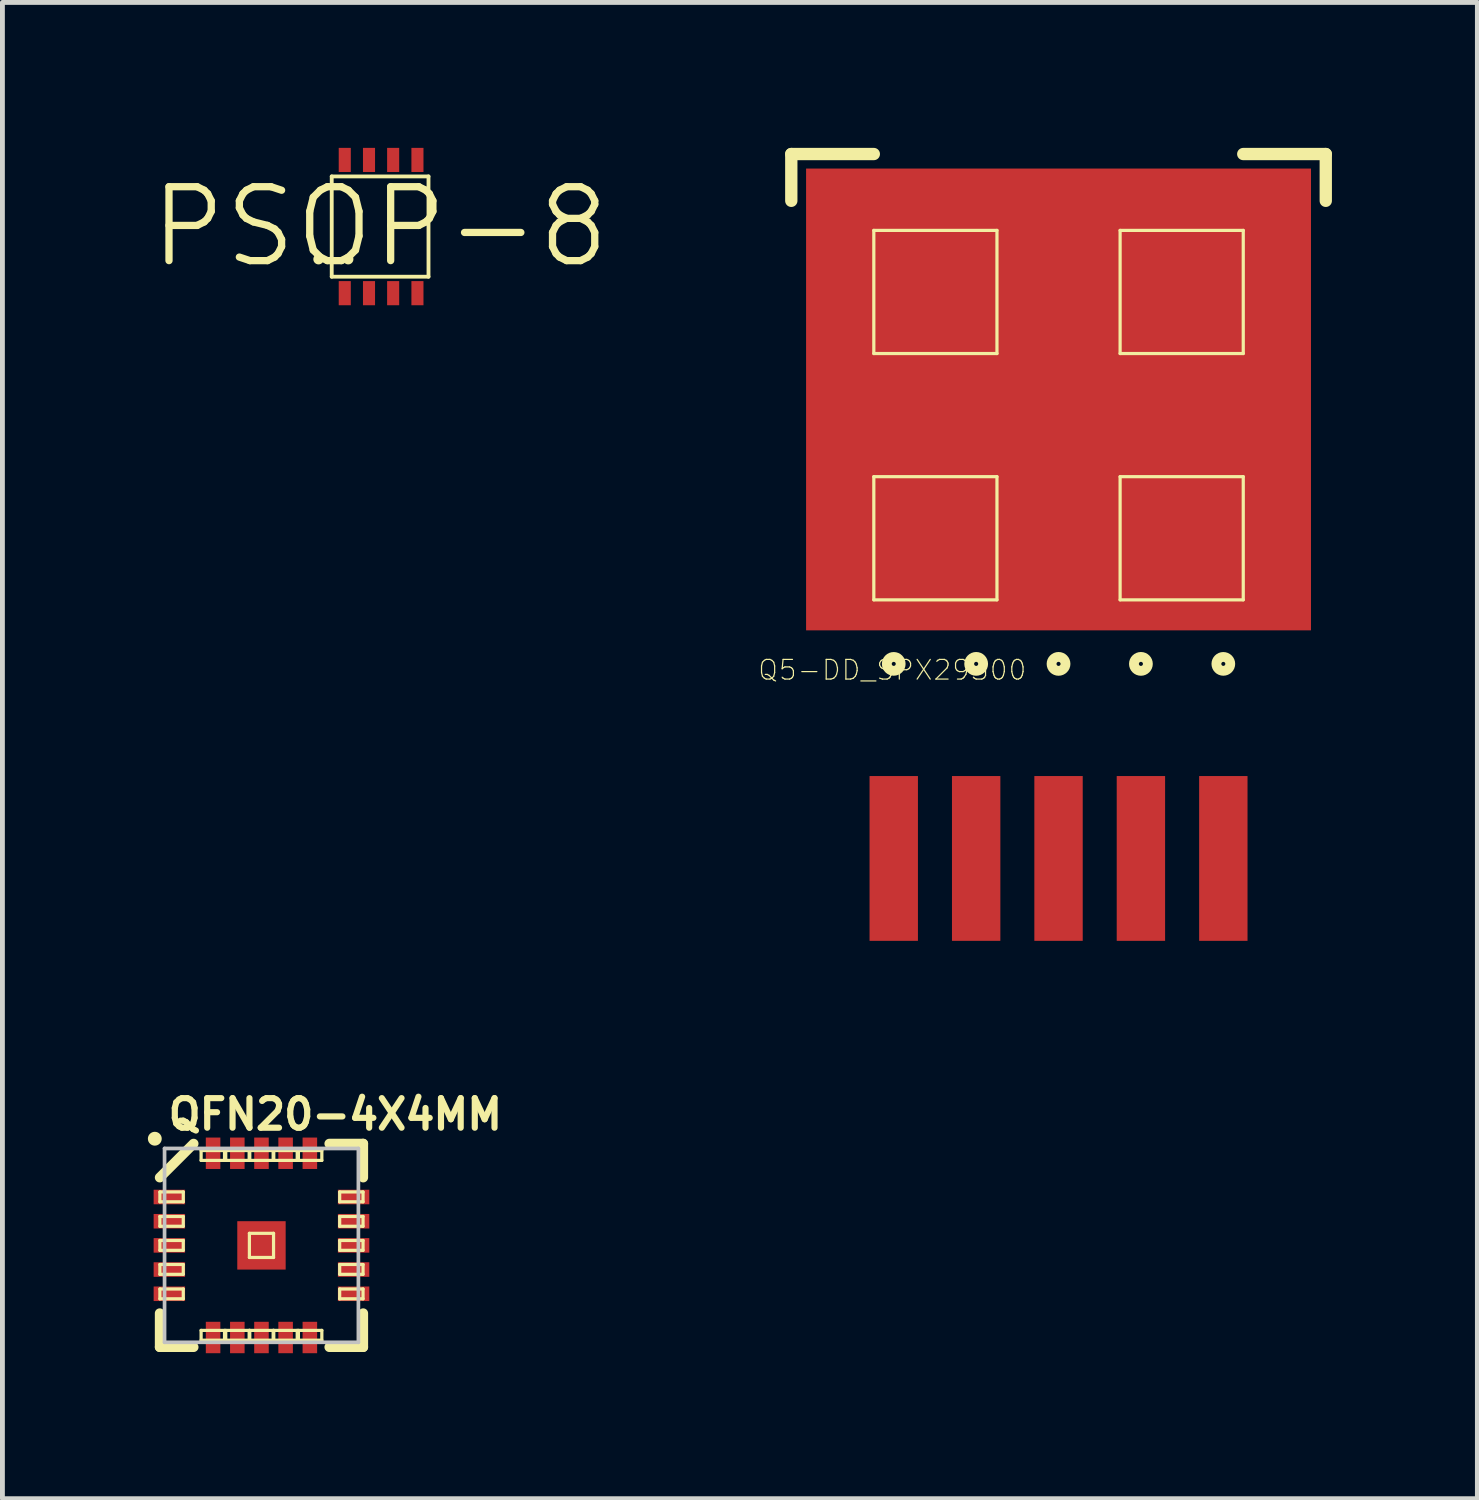
<source format=kicad_pcb>
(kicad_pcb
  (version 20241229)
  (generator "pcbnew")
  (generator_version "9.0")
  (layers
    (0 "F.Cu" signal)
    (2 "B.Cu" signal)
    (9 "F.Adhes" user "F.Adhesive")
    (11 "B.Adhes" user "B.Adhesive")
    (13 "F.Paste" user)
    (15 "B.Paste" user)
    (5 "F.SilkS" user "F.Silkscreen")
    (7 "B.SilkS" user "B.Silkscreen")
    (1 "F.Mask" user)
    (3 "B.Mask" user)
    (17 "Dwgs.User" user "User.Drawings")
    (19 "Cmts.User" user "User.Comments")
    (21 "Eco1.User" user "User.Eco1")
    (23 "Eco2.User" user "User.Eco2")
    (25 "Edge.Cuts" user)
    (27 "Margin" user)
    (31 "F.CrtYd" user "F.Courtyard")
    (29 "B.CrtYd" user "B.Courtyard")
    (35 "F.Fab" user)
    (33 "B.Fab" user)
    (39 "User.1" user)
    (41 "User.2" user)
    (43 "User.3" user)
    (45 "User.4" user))
  (footprint "Q5-DD_SPX29300"
    (layer "F.Cu")
    (at 18.783 6.782)
    (property "Reference" "Q5-DD_SPX29300" (at -3.429 3.988 0) (layer "F.SilkS") (effects (font (size 0.406 0.406) (thickness 0.025))))
    (attr smd)
    (fp_line (start -5.512 -6.655) (end -3.81 -6.655) (stroke (width 0.254) (type solid)) (layer "F.SilkS"))
    (fp_line (start -5.512 -5.69) (end -5.512 -6.655) (stroke (width 0.254) (type solid)) (layer "F.SilkS"))
    (fp_line (start -3.81 -5.08) (end -1.27 -5.08) (stroke (width 0.066) (type solid)) (layer "F.SilkS"))
    (fp_line (start -3.81 -2.54) (end -3.81 -5.08) (stroke (width 0.066) (type solid)) (layer "F.SilkS"))
    (fp_line (start -3.81 -2.54) (end -1.27 -2.54) (stroke (width 0.066) (type solid)) (layer "F.SilkS"))
    (fp_line (start -3.81 0) (end -1.27 0) (stroke (width 0.066) (type solid)) (layer "F.SilkS"))
    (fp_line (start -3.81 2.54) (end -3.81 0) (stroke (width 0.066) (type solid)) (layer "F.SilkS"))
    (fp_line (start -3.81 2.54) (end -1.27 2.54) (stroke (width 0.066) (type solid)) (layer "F.SilkS"))
    (fp_line (start -1.27 -2.54) (end -1.27 -5.08) (stroke (width 0.066) (type solid)) (layer "F.SilkS"))
    (fp_line (start -1.27 2.54) (end -1.27 0) (stroke (width 0.066) (type solid)) (layer "F.SilkS"))
    (fp_line (start 1.27 -5.08) (end 3.81 -5.08) (stroke (width 0.066) (type solid)) (layer "F.SilkS"))
    (fp_line (start 1.27 -2.54) (end 1.27 -5.08) (stroke (width 0.066) (type solid)) (layer "F.SilkS"))
    (fp_line (start 1.27 -2.54) (end 3.81 -2.54) (stroke (width 0.066) (type solid)) (layer "F.SilkS"))
    (fp_line (start 1.27 0) (end 3.81 0) (stroke (width 0.066) (type solid)) (layer "F.SilkS"))
    (fp_line (start 1.27 2.54) (end 1.27 0) (stroke (width 0.066) (type solid)) (layer "F.SilkS"))
    (fp_line (start 1.27 2.54) (end 3.81 2.54) (stroke (width 0.066) (type solid)) (layer "F.SilkS"))
    (fp_line (start 3.81 -2.54) (end 3.81 -5.08) (stroke (width 0.066) (type solid)) (layer "F.SilkS"))
    (fp_line (start 3.81 2.54) (end 3.81 0) (stroke (width 0.066) (type solid)) (layer "F.SilkS"))
    (fp_line (start 5.512 -6.655) (end 3.81 -6.655) (stroke (width 0.254) (type solid)) (layer "F.SilkS"))
    (fp_line (start 5.512 -5.69) (end 5.512 -6.655) (stroke (width 0.254) (type solid)) (layer "F.SilkS"))
    (fp_circle (center -3.399 3.861) (end -3.5 3.962) (stroke (width 0.203) (type solid)) (fill no) (layer "F.SilkS"))
    (fp_circle (center -1.699 3.861) (end -1.801 3.962) (stroke (width 0.203) (type solid)) (fill no) (layer "F.SilkS"))
    (fp_circle (center 0 3.861) (end -0.102 3.962) (stroke (width 0.203) (type solid)) (fill no) (layer "F.SilkS"))
    (fp_circle (center 1.699 3.861) (end 1.801 3.962) (stroke (width 0.203) (type solid)) (fill no) (layer "F.SilkS"))
    (fp_circle (center 3.399 3.861) (end 3.5 3.962) (stroke (width 0.203) (type solid)) (fill no) (layer "F.SilkS"))
    (pad "1" smd rect (at -3.399 7.874) (size 0.998 3.399) (layers "F.Cu" "F.Mask" "F.Paste"))
    (pad "2" smd rect (at -1.699 7.874) (size 0.998 3.399) (layers "F.Cu" "F.Mask" "F.Paste"))
    (pad "3" smd rect (at 0 7.874) (size 0.998 3.399) (layers "F.Cu" "F.Mask" "F.Paste"))
    (pad "4" smd rect (at 1.699 7.874) (size 0.998 3.399) (layers "F.Cu" "F.Mask" "F.Paste"))
    (pad "5" smd rect (at 3.399 7.874) (size 0.998 3.399) (layers "F.Cu" "F.Mask" "F.Paste"))
    (pad "6" smd rect (at 0 -1.593) (size 10.414 9.525) (layers "F.Cu" "F.Mask" "F.Paste")))
  (footprint "PSOP-8"
    (layer "F.Cu")
    (at 4.79 1.628)
    (property "Reference" "PSOP-8" (at 0 0 0) (layer "F.SilkS") (effects (font (size 1.524 1.524) (thickness 0.15))))
    (attr smd)
    (fp_line (start -0.998 -1.039) (end -0.998 1.029) (stroke (width 0.079) (type solid)) (layer "F.SilkS"))
    (fp_line (start -0.998 1.029) (end 0.998 1.029) (stroke (width 0.079) (type solid)) (layer "F.SilkS"))
    (fp_line (start 0.998 -1.039) (end -0.998 -1.039) (stroke (width 0.079) (type solid)) (layer "F.SilkS"))
    (fp_line (start 0.998 1.029) (end 0.998 -1.039) (stroke (width 0.079) (type solid)) (layer "F.SilkS"))
    (fp_circle (center -1.27 0.668) (end -1.346 0.744) (stroke (width 0) (type solid)) (fill yes) (layer "F.SilkS"))
    (fp_circle (center -0.658 0.668) (end -0.734 0.744) (stroke (width 0) (type solid)) (fill yes) (layer "F.SilkS"))
    (pad "1" smd rect (at -0.729 1.369) (size 0.249 0.498) (layers "F.Cu" "F.Mask" "F.Paste"))
    (pad "2" smd rect (at -0.229 1.369) (size 0.249 0.498) (layers "F.Cu" "F.Mask" "F.Paste"))
    (pad "3" smd rect (at 0.269 1.369) (size 0.249 0.498) (layers "F.Cu" "F.Mask" "F.Paste"))
    (pad "4" smd rect (at 0.77 1.369) (size 0.249 0.498) (layers "F.Cu" "F.Mask" "F.Paste"))
    (pad "5" smd rect (at 0.77 -1.379) (size 0.249 0.498) (layers "F.Cu" "F.Mask" "F.Paste"))
    (pad "6" smd rect (at 0.269 -1.379) (size 0.249 0.498) (layers "F.Cu" "F.Mask" "F.Paste"))
    (pad "7" smd rect (at -0.229 -1.379) (size 0.249 0.498) (layers "F.Cu" "F.Mask" "F.Paste"))
    (pad "8" smd rect (at -0.729 -1.379) (size 0.249 0.498) (layers "F.Cu" "F.Mask" "F.Paste")))
  (footprint "QFN20-4X4MM"
    (layer "F.Cu")
    (at 2.343 22.637)
    (property "Reference" "QFN20-4X4MM" (at 1.524 -2.703 0) (layer "F.SilkS") (effects (font (size 0.61 0.61) (thickness 0.127))))
    (attr smd)
    (fp_line (start -2.098 2.098) (end -2.098 1.4) (stroke (width 0.203) (type solid)) (layer "F.SilkS"))
    (fp_line (start -2.095 -1.102) (end -1.613 -1.102) (stroke (width 0.066) (type solid)) (layer "F.SilkS"))
    (fp_line (start -2.095 -0.899) (end -2.095 -1.102) (stroke (width 0.066) (type solid)) (layer "F.SilkS"))
    (fp_line (start -2.095 -0.899) (end -1.613 -0.899) (stroke (width 0.066) (type solid)) (layer "F.SilkS"))
    (fp_line (start -2.095 -0.597) (end -1.613 -0.597) (stroke (width 0.066) (type solid)) (layer "F.SilkS"))
    (fp_line (start -2.095 -0.394) (end -2.095 -0.597) (stroke (width 0.066) (type solid)) (layer "F.SilkS"))
    (fp_line (start -2.095 -0.394) (end -1.613 -0.394) (stroke (width 0.066) (type solid)) (layer "F.SilkS"))
    (fp_line (start -2.095 -0.102) (end -1.613 -0.102) (stroke (width 0.066) (type solid)) (layer "F.SilkS"))
    (fp_line (start -2.095 0.102) (end -2.095 -0.102) (stroke (width 0.066) (type solid)) (layer "F.SilkS"))
    (fp_line (start -2.095 0.102) (end -1.613 0.102) (stroke (width 0.066) (type solid)) (layer "F.SilkS"))
    (fp_line (start -2.095 0.394) (end -1.613 0.394) (stroke (width 0.066) (type solid)) (layer "F.SilkS"))
    (fp_line (start -2.095 0.597) (end -2.095 0.394) (stroke (width 0.066) (type solid)) (layer "F.SilkS"))
    (fp_line (start -2.095 0.597) (end -1.613 0.597) (stroke (width 0.066) (type solid)) (layer "F.SilkS"))
    (fp_line (start -2.095 0.899) (end -1.613 0.899) (stroke (width 0.066) (type solid)) (layer "F.SilkS"))
    (fp_line (start -2.095 1.102) (end -2.095 0.899) (stroke (width 0.066) (type solid)) (layer "F.SilkS"))
    (fp_line (start -2.095 1.102) (end -1.613 1.102) (stroke (width 0.066) (type solid)) (layer "F.SilkS"))
    (fp_line (start -1.613 -0.899) (end -1.613 -1.102) (stroke (width 0.066) (type solid)) (layer "F.SilkS"))
    (fp_line (start -1.613 -0.394) (end -1.613 -0.597) (stroke (width 0.066) (type solid)) (layer "F.SilkS"))
    (fp_line (start -1.613 0.102) (end -1.613 -0.102) (stroke (width 0.066) (type solid)) (layer "F.SilkS"))
    (fp_line (start -1.613 0.597) (end -1.613 0.394) (stroke (width 0.066) (type solid)) (layer "F.SilkS"))
    (fp_line (start -1.613 1.102) (end -1.613 0.899) (stroke (width 0.066) (type solid)) (layer "F.SilkS"))
    (fp_line (start -1.4 -2.098) (end -2.098 -1.4) (stroke (width 0.203) (type solid)) (layer "F.SilkS"))
    (fp_line (start -1.4 2.098) (end -2.098 2.098) (stroke (width 0.203) (type solid)) (layer "F.SilkS"))
    (fp_line (start -1.245 -1.956) (end -0.762 -1.956) (stroke (width 0.066) (type solid)) (layer "F.SilkS"))
    (fp_line (start -1.245 -1.753) (end -1.245 -1.956) (stroke (width 0.066) (type solid)) (layer "F.SilkS"))
    (fp_line (start -1.245 -1.753) (end -0.762 -1.753) (stroke (width 0.066) (type solid)) (layer "F.SilkS"))
    (fp_line (start -1.245 1.753) (end -0.762 1.753) (stroke (width 0.066) (type solid)) (layer "F.SilkS"))
    (fp_line (start -1.245 1.956) (end -1.245 1.753) (stroke (width 0.066) (type solid)) (layer "F.SilkS"))
    (fp_line (start -1.245 1.956) (end -0.762 1.956) (stroke (width 0.066) (type solid)) (layer "F.SilkS"))
    (fp_line (start -0.762 -1.753) (end -0.762 -1.956) (stroke (width 0.066) (type solid)) (layer "F.SilkS"))
    (fp_line (start -0.762 1.956) (end -0.762 1.753) (stroke (width 0.066) (type solid)) (layer "F.SilkS"))
    (fp_line (start -0.737 -1.956) (end -0.254 -1.956) (stroke (width 0.066) (type solid)) (layer "F.SilkS"))
    (fp_line (start -0.737 -1.753) (end -0.737 -1.956) (stroke (width 0.066) (type solid)) (layer "F.SilkS"))
    (fp_line (start -0.737 -1.753) (end -0.254 -1.753) (stroke (width 0.066) (type solid)) (layer "F.SilkS"))
    (fp_line (start -0.737 1.753) (end -0.254 1.753) (stroke (width 0.066) (type solid)) (layer "F.SilkS"))
    (fp_line (start -0.737 1.956) (end -0.737 1.753) (stroke (width 0.066) (type solid)) (layer "F.SilkS"))
    (fp_line (start -0.737 1.956) (end -0.254 1.956) (stroke (width 0.066) (type solid)) (layer "F.SilkS"))
    (fp_line (start -0.254 -1.753) (end -0.254 -1.956) (stroke (width 0.066) (type solid)) (layer "F.SilkS"))
    (fp_line (start -0.254 1.956) (end -0.254 1.753) (stroke (width 0.066) (type solid)) (layer "F.SilkS"))
    (fp_line (start -0.249 -0.249) (end 0.249 -0.249) (stroke (width 0.066) (type solid)) (layer "F.SilkS"))
    (fp_line (start -0.249 0.249) (end -0.249 -0.249) (stroke (width 0.066) (type solid)) (layer "F.SilkS"))
    (fp_line (start -0.249 0.249) (end 0.249 0.249) (stroke (width 0.066) (type solid)) (layer "F.SilkS"))
    (fp_line (start -0.241 -1.956) (end 0.241 -1.956) (stroke (width 0.066) (type solid)) (layer "F.SilkS"))
    (fp_line (start -0.241 -1.753) (end -0.241 -1.956) (stroke (width 0.066) (type solid)) (layer "F.SilkS"))
    (fp_line (start -0.241 -1.753) (end 0.241 -1.753) (stroke (width 0.066) (type solid)) (layer "F.SilkS"))
    (fp_line (start -0.241 1.753) (end 0.241 1.753) (stroke (width 0.066) (type solid)) (layer "F.SilkS"))
    (fp_line (start -0.241 1.956) (end -0.241 1.753) (stroke (width 0.066) (type solid)) (layer "F.SilkS"))
    (fp_line (start -0.241 1.956) (end 0.241 1.956) (stroke (width 0.066) (type solid)) (layer "F.SilkS"))
    (fp_line (start 0.241 -1.753) (end 0.241 -1.956) (stroke (width 0.066) (type solid)) (layer "F.SilkS"))
    (fp_line (start 0.241 1.956) (end 0.241 1.753) (stroke (width 0.066) (type solid)) (layer "F.SilkS"))
    (fp_line (start 0.249 0.249) (end 0.249 -0.249) (stroke (width 0.066) (type solid)) (layer "F.SilkS"))
    (fp_line (start 0.254 -1.956) (end 0.737 -1.956) (stroke (width 0.066) (type solid)) (layer "F.SilkS"))
    (fp_line (start 0.254 -1.753) (end 0.254 -1.956) (stroke (width 0.066) (type solid)) (layer "F.SilkS"))
    (fp_line (start 0.254 -1.753) (end 0.737 -1.753) (stroke (width 0.066) (type solid)) (layer "F.SilkS"))
    (fp_line (start 0.254 1.753) (end 0.737 1.753) (stroke (width 0.066) (type solid)) (layer "F.SilkS"))
    (fp_line (start 0.254 1.956) (end 0.254 1.753) (stroke (width 0.066) (type solid)) (layer "F.SilkS"))
    (fp_line (start 0.254 1.956) (end 0.737 1.956) (stroke (width 0.066) (type solid)) (layer "F.SilkS"))
    (fp_line (start 0.737 -1.753) (end 0.737 -1.956) (stroke (width 0.066) (type solid)) (layer "F.SilkS"))
    (fp_line (start 0.737 1.956) (end 0.737 1.753) (stroke (width 0.066) (type solid)) (layer "F.SilkS"))
    (fp_line (start 0.762 -1.956) (end 1.245 -1.956) (stroke (width 0.066) (type solid)) (layer "F.SilkS"))
    (fp_line (start 0.762 -1.753) (end 0.762 -1.956) (stroke (width 0.066) (type solid)) (layer "F.SilkS"))
    (fp_line (start 0.762 -1.753) (end 1.245 -1.753) (stroke (width 0.066) (type solid)) (layer "F.SilkS"))
    (fp_line (start 0.762 1.753) (end 1.245 1.753) (stroke (width 0.066) (type solid)) (layer "F.SilkS"))
    (fp_line (start 0.762 1.956) (end 0.762 1.753) (stroke (width 0.066) (type solid)) (layer "F.SilkS"))
    (fp_line (start 0.762 1.956) (end 1.245 1.956) (stroke (width 0.066) (type solid)) (layer "F.SilkS"))
    (fp_line (start 1.245 -1.753) (end 1.245 -1.956) (stroke (width 0.066) (type solid)) (layer "F.SilkS"))
    (fp_line (start 1.245 1.956) (end 1.245 1.753) (stroke (width 0.066) (type solid)) (layer "F.SilkS"))
    (fp_line (start 1.4 -2.098) (end 2.098 -2.098) (stroke (width 0.203) (type solid)) (layer "F.SilkS"))
    (fp_line (start 1.613 -1.102) (end 2.095 -1.102) (stroke (width 0.066) (type solid)) (layer "F.SilkS"))
    (fp_line (start 1.613 -0.899) (end 1.613 -1.102) (stroke (width 0.066) (type solid)) (layer "F.SilkS"))
    (fp_line (start 1.613 -0.899) (end 2.095 -0.899) (stroke (width 0.066) (type solid)) (layer "F.SilkS"))
    (fp_line (start 1.613 -0.597) (end 2.095 -0.597) (stroke (width 0.066) (type solid)) (layer "F.SilkS"))
    (fp_line (start 1.613 -0.394) (end 1.613 -0.597) (stroke (width 0.066) (type solid)) (layer "F.SilkS"))
    (fp_line (start 1.613 -0.394) (end 2.095 -0.394) (stroke (width 0.066) (type solid)) (layer "F.SilkS"))
    (fp_line (start 1.613 -0.102) (end 2.095 -0.102) (stroke (width 0.066) (type solid)) (layer "F.SilkS"))
    (fp_line (start 1.613 0.102) (end 1.613 -0.102) (stroke (width 0.066) (type solid)) (layer "F.SilkS"))
    (fp_line (start 1.613 0.102) (end 2.095 0.102) (stroke (width 0.066) (type solid)) (layer "F.SilkS"))
    (fp_line (start 1.613 0.394) (end 2.095 0.394) (stroke (width 0.066) (type solid)) (layer "F.SilkS"))
    (fp_line (start 1.613 0.597) (end 1.613 0.394) (stroke (width 0.066) (type solid)) (layer "F.SilkS"))
    (fp_line (start 1.613 0.597) (end 2.095 0.597) (stroke (width 0.066) (type solid)) (layer "F.SilkS"))
    (fp_line (start 1.613 0.899) (end 2.095 0.899) (stroke (width 0.066) (type solid)) (layer "F.SilkS"))
    (fp_line (start 1.613 1.102) (end 1.613 0.899) (stroke (width 0.066) (type solid)) (layer "F.SilkS"))
    (fp_line (start 1.613 1.102) (end 2.095 1.102) (stroke (width 0.066) (type solid)) (layer "F.SilkS"))
    (fp_line (start 2.095 -0.899) (end 2.095 -1.102) (stroke (width 0.066) (type solid)) (layer "F.SilkS"))
    (fp_line (start 2.095 -0.394) (end 2.095 -0.597) (stroke (width 0.066) (type solid)) (layer "F.SilkS"))
    (fp_line (start 2.095 0.102) (end 2.095 -0.102) (stroke (width 0.066) (type solid)) (layer "F.SilkS"))
    (fp_line (start 2.095 0.597) (end 2.095 0.394) (stroke (width 0.066) (type solid)) (layer "F.SilkS"))
    (fp_line (start 2.095 1.102) (end 2.095 0.899) (stroke (width 0.066) (type solid)) (layer "F.SilkS"))
    (fp_line (start 2.098 -2.098) (end 2.098 -1.4) (stroke (width 0.203) (type solid)) (layer "F.SilkS"))
    (fp_line (start 2.098 1.4) (end 2.098 2.098) (stroke (width 0.203) (type solid)) (layer "F.SilkS"))
    (fp_line (start 2.098 2.098) (end 1.4 2.098) (stroke (width 0.203) (type solid)) (layer "F.SilkS"))
    (fp_circle (center -2.2 -2.2) (end -2.301 -2.301) (stroke (width 0) (type solid)) (fill yes) (layer "F.SilkS"))
    (fp_line (start -1.999 -1.999) (end 1.999 -1.999) (stroke (width 0.076) (type solid)) (layer "Dwgs.User"))
    (fp_line (start -1.999 1.999) (end -1.999 -1.999) (stroke (width 0.076) (type solid)) (layer "Dwgs.User"))
    (fp_line (start 1.999 -1.999) (end 1.999 1.999) (stroke (width 0.076) (type solid)) (layer "Dwgs.User"))
    (fp_line (start 1.999 1.999) (end -1.999 1.999) (stroke (width 0.076) (type solid)) (layer "Dwgs.User"))
    (pad "0" smd rect (at 0 0 180) (size 0.998 0.998) (layers "F.Cu" "F.Mask" "F.Paste"))
    (pad "1" smd rect (at -1.9 -0.998) (size 0.648 0.3) (layers "F.Cu" "F.Mask" "F.Paste"))
    (pad "2" smd rect (at -1.9 -0.498) (size 0.648 0.3) (layers "F.Cu" "F.Mask" "F.Paste"))
    (pad "3" smd rect (at -1.9 0) (size 0.648 0.3) (layers "F.Cu" "F.Mask" "F.Paste"))
    (pad "4" smd rect (at -1.9 0.498) (size 0.648 0.3) (layers "F.Cu" "F.Mask" "F.Paste"))
    (pad "5" smd rect (at -1.9 0.998 180) (size 0.648 0.3) (layers "F.Cu" "F.Mask" "F.Paste"))
    (pad "6" smd rect (at -0.998 1.9 270) (size 0.648 0.3) (layers "F.Cu" "F.Mask" "F.Paste"))
    (pad "7" smd rect (at -0.498 1.9 270) (size 0.648 0.3) (layers "F.Cu" "F.Mask" "F.Paste"))
    (pad "8" smd rect (at 0 1.9 270) (size 0.648 0.3) (layers "F.Cu" "F.Mask" "F.Paste"))
    (pad "9" smd rect (at 0.498 1.9 90) (size 0.648 0.3) (layers "F.Cu" "F.Mask" "F.Paste"))
    (pad "10" smd rect (at 0.998 1.9 90) (size 0.648 0.3) (layers "F.Cu" "F.Mask" "F.Paste"))
    (pad "11" smd rect (at 1.9 0.998 180) (size 0.648 0.3) (layers "F.Cu" "F.Mask" "F.Paste"))
    (pad "12" smd rect (at 1.9 0.498 180) (size 0.648 0.3) (layers "F.Cu" "F.Mask" "F.Paste"))
    (pad "13" smd rect (at 1.9 0) (size 0.648 0.3) (layers "F.Cu" "F.Mask" "F.Paste"))
    (pad "14" smd rect (at 1.9 -0.498) (size 0.648 0.3) (layers "F.Cu" "F.Mask" "F.Paste"))
    (pad "15" smd rect (at 1.9 -0.998) (size 0.648 0.3) (layers "F.Cu" "F.Mask" "F.Paste"))
    (pad "16" smd rect (at 0.998 -1.9 90) (size 0.648 0.3) (layers "F.Cu" "F.Mask" "F.Paste"))
    (pad "17" smd rect (at 0.498 -1.9 270) (size 0.648 0.3) (layers "F.Cu" "F.Mask" "F.Paste"))
    (pad "18" smd rect (at 0 -1.9 90) (size 0.648 0.3) (layers "F.Cu" "F.Mask" "F.Paste"))
    (pad "19" smd rect (at -0.498 -1.9 90) (size 0.648 0.3) (layers "F.Cu" "F.Mask" "F.Paste"))
    (pad "20" smd rect (at -0.998 -1.9 90) (size 0.648 0.3) (layers "F.Cu" "F.Mask" "F.Paste")))
  (gr_rect
    (start -3 -3)
    (end 27.422 27.861)
    (stroke (width 0.1) (type default))
    (fill no)
    (layer "Edge.Cuts")))
</source>
